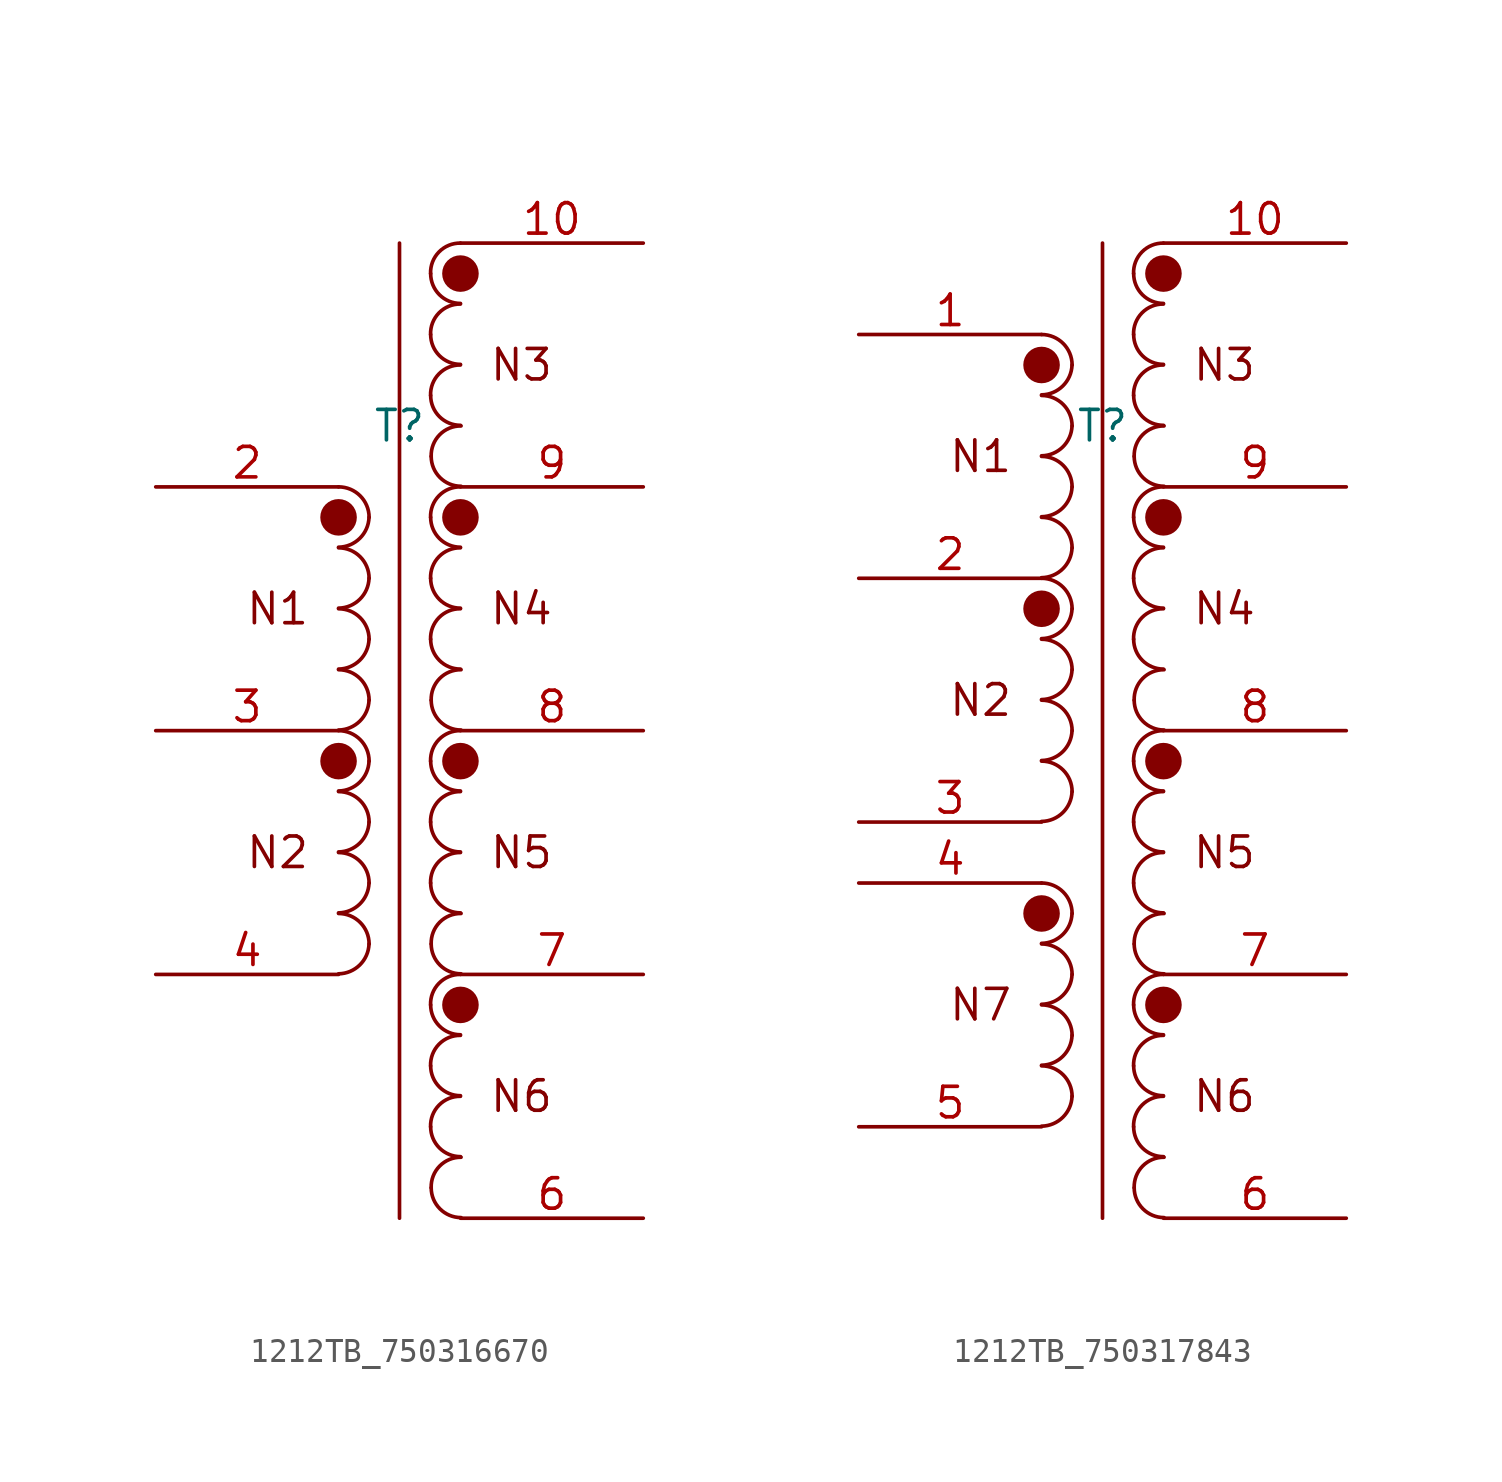
<source format=kicad_sym>
(kicad_symbol_lib
  (version 20220914)
  (generator kicad_symbol_editor)
  (symbol "1212TB_750316670"
    (pin_names hide)
    (property "Reference" "T"
      (at 0 12.7 0)
      (effects (font (size 1.27 1.27))))
    (symbol "1212TB_750316670_0_1"
      (arc (start -2.54 -10.1346) (mid -1.6561 -9.7663) (end -1.27 -8.89) (stroke (width 0) (type default)) (fill (type none)))
      (arc (start -2.54 -7.5946) (mid -1.6561 -7.2263) (end -1.27 -6.35) (stroke (width 0) (type default)) (fill (type none)))
      (arc (start -2.54 -5.0546) (mid -1.6561 -4.6863) (end -1.27 -3.81) (stroke (width 0) (type default)) (fill (type none)))
      (arc (start -2.54 -2.5146) (mid -1.6561 -2.1463) (end -1.27 -1.27) (stroke (width 0) (type default)) (fill (type none)))
      (arc (start -2.54 0.0254) (mid -1.6561 0.3937) (end -1.27 1.27) (stroke (width 0) (type default)) (fill (type none)))
      (arc (start -2.54 2.5654) (mid -1.6561 2.9337) (end -1.27 3.81) (stroke (width 0) (type default)) (fill (type none)))
      (arc (start -2.54 5.1054) (mid -1.6561 5.4737) (end -1.27 6.35) (stroke (width 0) (type default)) (fill (type none)))
      (arc (start -2.54 7.6454) (mid -1.6561 8.0137) (end -1.27 8.89) (stroke (width 0) (type default)) (fill (type none)))
      (arc (start -1.27 -8.89) (mid -1.642 -7.992) (end -2.54 -7.62) (stroke (width 0) (type default)) (fill (type none)))
      (arc (start -1.27 -6.35) (mid -1.642 -5.452) (end -2.54 -5.08) (stroke (width 0) (type default)) (fill (type none)))
      (arc (start -1.27 -3.81) (mid -1.642 -2.912) (end -2.54 -2.54) (stroke (width 0) (type default)) (fill (type none)))
      (arc (start -1.27 -1.27) (mid -1.642 -0.372) (end -2.54 0) (stroke (width 0) (type default)) (fill (type none)))
      (arc (start -1.27 1.27) (mid -1.642 2.168) (end -2.54 2.54) (stroke (width 0) (type default)) (fill (type none)))
      (arc (start -1.27 3.81) (mid -1.642 4.708) (end -2.54 5.08) (stroke (width 0) (type default)) (fill (type none)))
      (arc (start -1.27 6.35) (mid -1.642 7.248) (end -2.54 7.62) (stroke (width 0) (type default)) (fill (type none)))
      (arc (start -1.27 8.89) (mid -1.642 9.788) (end -2.54 10.16) (stroke (width 0) (type default)) (fill (type none)))
      (polyline (pts (xy 0 20.32) (xy 0 -20.32)) (stroke (width 0) (type default)) (fill (type none)))
      (arc (start 1.2954 -16.51) (mid 1.6599 -17.3901) (end 2.54 -17.7546) (stroke (width 0) (type default)) (fill (type none)))
      (arc (start 1.2954 -13.97) (mid 1.6599 -14.8501) (end 2.54 -15.2146) (stroke (width 0) (type default)) (fill (type none)))
      (arc (start 1.2954 -11.43) (mid 1.6599 -12.3101) (end 2.54 -12.6746) (stroke (width 0) (type default)) (fill (type none)))
      (arc (start 1.2954 -6.35) (mid 1.6599 -7.2301) (end 2.54 -7.5946) (stroke (width 0) (type default)) (fill (type none)))
      (arc (start 1.2954 -3.81) (mid 1.6599 -4.6901) (end 2.54 -5.0546) (stroke (width 0) (type default)) (fill (type none)))
      (arc (start 1.2954 -1.27) (mid 1.6599 -2.1501) (end 2.54 -2.5146) (stroke (width 0) (type default)) (fill (type none)))
      (arc (start 1.2954 3.81) (mid 1.6599 2.9299) (end 2.54 2.5654) (stroke (width 0) (type default)) (fill (type none)))
      (arc (start 1.2954 6.35) (mid 1.6599 5.4699) (end 2.54 5.1054) (stroke (width 0) (type default)) (fill (type none)))
      (arc (start 1.2954 8.89) (mid 1.6599 8.0099) (end 2.54 7.6454) (stroke (width 0) (type default)) (fill (type none)))
      (arc (start 1.2954 13.97) (mid 1.6599 13.0899) (end 2.54 12.7254) (stroke (width 0) (type default)) (fill (type none)))
      (arc (start 1.2954 16.51) (mid 1.6599 15.6299) (end 2.54 15.2654) (stroke (width 0) (type default)) (fill (type none)))
      (arc (start 1.2954 19.05) (mid 1.6599 18.1699) (end 2.54 17.8054) (stroke (width 0) (type default)) (fill (type none)))
      (arc (start 1.3208 -19.05) (mid 1.6855 -19.9299) (end 2.5654 -20.2946) (stroke (width 0) (type default)) (fill (type none)))
      (arc (start 1.3208 -8.89) (mid 1.6855 -9.7699) (end 2.5654 -10.1346) (stroke (width 0) (type default)) (fill (type none)))
      (arc (start 1.3208 1.27) (mid 1.6854 0.3901) (end 2.5654 0.0254) (stroke (width 0) (type default)) (fill (type none)))
      (arc (start 1.3208 11.43) (mid 1.6855 10.5501) (end 2.5654 10.1854) (stroke (width 0) (type default)) (fill (type none)))
      (arc (start 2.54 -15.24) (mid 1.6458 -15.6085) (end 1.2954 -16.51) (stroke (width 0) (type default)) (fill (type none)))
      (arc (start 2.54 -12.7) (mid 1.6458 -13.0685) (end 1.2954 -13.97) (stroke (width 0) (type default)) (fill (type none)))
      (arc (start 2.54 -10.16) (mid 1.6458 -10.5285) (end 1.2954 -11.43) (stroke (width 0) (type default)) (fill (type none)))
      (arc (start 2.54 -5.08) (mid 1.6458 -5.4485) (end 1.2954 -6.35) (stroke (width 0) (type default)) (fill (type none)))
      (arc (start 2.54 -2.54) (mid 1.6458 -2.9085) (end 1.2954 -3.81) (stroke (width 0) (type default)) (fill (type none)))
      (arc (start 2.54 0) (mid 1.6458 -0.3685) (end 1.2954 -1.27) (stroke (width 0) (type default)) (fill (type none)))
      (arc (start 2.54 5.08) (mid 1.6458 4.7115) (end 1.2954 3.81) (stroke (width 0) (type default)) (fill (type none)))
      (arc (start 2.54 7.62) (mid 1.6458 7.2515) (end 1.2954 6.35) (stroke (width 0) (type default)) (fill (type none)))
      (arc (start 2.54 10.16) (mid 1.6458 9.7915) (end 1.2954 8.89) (stroke (width 0) (type default)) (fill (type none)))
      (arc (start 2.54 15.24) (mid 1.6458 14.8715) (end 1.2954 13.97) (stroke (width 0) (type default)) (fill (type none)))
      (arc (start 2.54 17.78) (mid 1.6458 17.4115) (end 1.2954 16.51) (stroke (width 0) (type default)) (fill (type none)))
      (arc (start 2.54 20.32) (mid 1.6458 19.9515) (end 1.2954 19.05) (stroke (width 0) (type default)) (fill (type none)))
      (arc (start 2.5654 -17.78) (mid 1.6709 -18.1483) (end 1.3208 -19.05) (stroke (width 0) (type default)) (fill (type none)))
      (arc (start 2.5654 -7.62) (mid 1.6709 -7.9883) (end 1.3208 -8.89) (stroke (width 0) (type default)) (fill (type none)))
      (arc (start 2.5654 2.54) (mid 1.6709 2.1717) (end 1.3208 1.27) (stroke (width 0) (type default)) (fill (type none)))
      (arc (start 2.5654 12.7) (mid 1.6709 12.3317) (end 1.3208 11.43) (stroke (width 0) (type default)) (fill (type none))))
    (symbol "1212TB_750316670_1_1"
      (circle (center -2.54 -1.27) (radius 0.0001) (stroke (width 0.762) (type default)) (fill (type none)))
      (circle (center -2.54 8.89) (radius 0.0001) (stroke (width 0.762) (type default)) (fill (type none)))
      (circle (center 2.54 -11.43) (radius 0.0001) (stroke (width 0.762) (type default)) (fill (type none)))
      (circle (center 2.54 -1.27) (radius 0.0001) (stroke (width 0.762) (type default)) (fill (type none)))
      (circle (center 2.54 8.89) (radius 0.0001) (stroke (width 0.762) (type default)) (fill (type none)))
      (circle (center 2.54 19.05) (radius 0.0001) (stroke (width 0.762) (type default)) (fill (type none)))
      (text "N1" (at -5.08 5.08 0) (effects (font (size 1.27 1.27))))
      (text "N2" (at -5.08 -5.08 0) (effects (font (size 1.27 1.27))))
      (text "N3" (at 5.08 15.24 0) (effects (font (size 1.27 1.27))))
      (text "N4" (at 5.08 5.08 0) (effects (font (size 1.27 1.27))))
      (text "N5" (at 5.08 -5.08 0) (effects (font (size 1.27 1.27))))
      (text "N6" (at 5.08 -15.24 0) (effects (font (size 1.27 1.27))))
      (pin passive line (at 10.16 20.32 180) (length 7.62) (name "10" (effects (font (size 1.27 1.27)))) (number "10" (effects (font (size 1.27 1.27)))))
      (pin passive line (at -10.16 10.16 0) (length 7.62) (name "2" (effects (font (size 1.27 1.27)))) (number "2" (effects (font (size 1.27 1.27)))))
      (pin passive line (at -10.16 0 0) (length 7.62) (name "3" (effects (font (size 1.27 1.27)))) (number "3" (effects (font (size 1.27 1.27)))))
      (pin passive line (at -10.16 -10.16 0) (length 7.62) (name "4" (effects (font (size 1.27 1.27)))) (number "4" (effects (font (size 1.27 1.27)))))
      (pin passive line (at 10.16 -20.32 180) (length 7.62) (name "6" (effects (font (size 1.27 1.27)))) (number "6" (effects (font (size 1.27 1.27)))))
      (pin passive line (at 10.16 -10.16 180) (length 7.62) (name "7" (effects (font (size 1.27 1.27)))) (number "7" (effects (font (size 1.27 1.27)))))
      (pin passive line (at 10.16 0 180) (length 7.62) (name "8" (effects (font (size 1.27 1.27)))) (number "8" (effects (font (size 1.27 1.27)))))
      (pin passive line (at 10.16 10.16 180) (length 7.62) (name "9" (effects (font (size 1.27 1.27)))) (number "9" (effects (font (size 1.27 1.27)))))))
  (symbol "1212TB_750317843"
    (pin_names hide)
    (property "Reference" "T"
      (at 0 12.7 0)
      (effects (font (size 1.27 1.27))))
    (symbol "1212TB_750317843_0_1"
      (arc (start -2.54 -16.4846) (mid -1.6561 -16.1163) (end -1.27 -15.24) (stroke (width 0) (type default)) (fill (type none)))
      (arc (start -2.54 -13.9446) (mid -1.6561 -13.5763) (end -1.27 -12.7) (stroke (width 0) (type default)) (fill (type none)))
      (arc (start -2.54 -11.4046) (mid -1.6561 -11.0363) (end -1.27 -10.16) (stroke (width 0) (type default)) (fill (type none)))
      (arc (start -2.54 -8.8646) (mid -1.6561 -8.4963) (end -1.27 -7.62) (stroke (width 0) (type default)) (fill (type none)))
      (arc (start -2.54 -3.7846) (mid -1.6561 -3.4163) (end -1.27 -2.54) (stroke (width 0) (type default)) (fill (type none)))
      (arc (start -2.54 -1.2446) (mid -1.6561 -0.8763) (end -1.27 0) (stroke (width 0) (type default)) (fill (type none)))
      (arc (start -2.54 1.2954) (mid -1.6561 1.6637) (end -1.27 2.54) (stroke (width 0) (type default)) (fill (type none)))
      (arc (start -2.54 3.8354) (mid -1.6561 4.2037) (end -1.27 5.08) (stroke (width 0) (type default)) (fill (type none)))
      (arc (start -2.54 6.3754) (mid -1.6561 6.7437) (end -1.27 7.62) (stroke (width 0) (type default)) (fill (type none)))
      (arc (start -2.54 8.9154) (mid -1.6561 9.2837) (end -1.27 10.16) (stroke (width 0) (type default)) (fill (type none)))
      (arc (start -2.54 11.4554) (mid -1.6561 11.8237) (end -1.27 12.7) (stroke (width 0) (type default)) (fill (type none)))
      (arc (start -2.54 13.9954) (mid -1.6561 14.3637) (end -1.27 15.24) (stroke (width 0) (type default)) (fill (type none)))
      (arc (start -1.27 -15.24) (mid -1.642 -14.342) (end -2.54 -13.97) (stroke (width 0) (type default)) (fill (type none)))
      (arc (start -1.27 -12.7) (mid -1.642 -11.802) (end -2.54 -11.43) (stroke (width 0) (type default)) (fill (type none)))
      (arc (start -1.27 -10.16) (mid -1.642 -9.262) (end -2.54 -8.89) (stroke (width 0) (type default)) (fill (type none)))
      (arc (start -1.27 -7.62) (mid -1.642 -6.722) (end -2.54 -6.35) (stroke (width 0) (type default)) (fill (type none)))
      (arc (start -1.27 -2.54) (mid -1.642 -1.642) (end -2.54 -1.27) (stroke (width 0) (type default)) (fill (type none)))
      (arc (start -1.27 0) (mid -1.642 0.898) (end -2.54 1.27) (stroke (width 0) (type default)) (fill (type none)))
      (arc (start -1.27 2.54) (mid -1.642 3.438) (end -2.54 3.81) (stroke (width 0) (type default)) (fill (type none)))
      (arc (start -1.27 5.08) (mid -1.642 5.978) (end -2.54 6.35) (stroke (width 0) (type default)) (fill (type none)))
      (arc (start -1.27 7.62) (mid -1.642 8.518) (end -2.54 8.89) (stroke (width 0) (type default)) (fill (type none)))
      (arc (start -1.27 10.16) (mid -1.642 11.058) (end -2.54 11.43) (stroke (width 0) (type default)) (fill (type none)))
      (arc (start -1.27 12.7) (mid -1.642 13.598) (end -2.54 13.97) (stroke (width 0) (type default)) (fill (type none)))
      (arc (start -1.27 15.24) (mid -1.642 16.138) (end -2.54 16.51) (stroke (width 0) (type default)) (fill (type none)))
      (polyline (pts (xy 0 20.32) (xy 0 -20.32)) (stroke (width 0) (type default)) (fill (type none)))
      (arc (start 1.2954 -16.51) (mid 1.6599 -17.3901) (end 2.54 -17.7546) (stroke (width 0) (type default)) (fill (type none)))
      (arc (start 1.2954 -13.97) (mid 1.6599 -14.8501) (end 2.54 -15.2146) (stroke (width 0) (type default)) (fill (type none)))
      (arc (start 1.2954 -11.43) (mid 1.6599 -12.3101) (end 2.54 -12.6746) (stroke (width 0) (type default)) (fill (type none)))
      (arc (start 1.2954 -6.35) (mid 1.6599 -7.2301) (end 2.54 -7.5946) (stroke (width 0) (type default)) (fill (type none)))
      (arc (start 1.2954 -3.81) (mid 1.6599 -4.6901) (end 2.54 -5.0546) (stroke (width 0) (type default)) (fill (type none)))
      (arc (start 1.2954 -1.27) (mid 1.6599 -2.1501) (end 2.54 -2.5146) (stroke (width 0) (type default)) (fill (type none)))
      (arc (start 1.2954 3.81) (mid 1.6599 2.9299) (end 2.54 2.5654) (stroke (width 0) (type default)) (fill (type none)))
      (arc (start 1.2954 6.35) (mid 1.6599 5.4699) (end 2.54 5.1054) (stroke (width 0) (type default)) (fill (type none)))
      (arc (start 1.2954 8.89) (mid 1.6599 8.0099) (end 2.54 7.6454) (stroke (width 0) (type default)) (fill (type none)))
      (arc (start 1.2954 13.97) (mid 1.6599 13.0899) (end 2.54 12.7254) (stroke (width 0) (type default)) (fill (type none)))
      (arc (start 1.2954 16.51) (mid 1.6599 15.6299) (end 2.54 15.2654) (stroke (width 0) (type default)) (fill (type none)))
      (arc (start 1.2954 19.05) (mid 1.6599 18.1699) (end 2.54 17.8054) (stroke (width 0) (type default)) (fill (type none)))
      (arc (start 1.3208 -19.05) (mid 1.6855 -19.9299) (end 2.5654 -20.2946) (stroke (width 0) (type default)) (fill (type none)))
      (arc (start 1.3208 -8.89) (mid 1.6855 -9.7699) (end 2.5654 -10.1346) (stroke (width 0) (type default)) (fill (type none)))
      (arc (start 1.3208 1.27) (mid 1.6854 0.3901) (end 2.5654 0.0254) (stroke (width 0) (type default)) (fill (type none)))
      (arc (start 1.3208 11.43) (mid 1.6855 10.5501) (end 2.5654 10.1854) (stroke (width 0) (type default)) (fill (type none)))
      (arc (start 2.54 -15.24) (mid 1.6458 -15.6085) (end 1.2954 -16.51) (stroke (width 0) (type default)) (fill (type none)))
      (arc (start 2.54 -12.7) (mid 1.6458 -13.0685) (end 1.2954 -13.97) (stroke (width 0) (type default)) (fill (type none)))
      (arc (start 2.54 -10.16) (mid 1.6458 -10.5285) (end 1.2954 -11.43) (stroke (width 0) (type default)) (fill (type none)))
      (arc (start 2.54 -5.08) (mid 1.6458 -5.4485) (end 1.2954 -6.35) (stroke (width 0) (type default)) (fill (type none)))
      (arc (start 2.54 -2.54) (mid 1.6458 -2.9085) (end 1.2954 -3.81) (stroke (width 0) (type default)) (fill (type none)))
      (arc (start 2.54 0) (mid 1.6458 -0.3685) (end 1.2954 -1.27) (stroke (width 0) (type default)) (fill (type none)))
      (arc (start 2.54 5.08) (mid 1.6458 4.7115) (end 1.2954 3.81) (stroke (width 0) (type default)) (fill (type none)))
      (arc (start 2.54 7.62) (mid 1.6458 7.2515) (end 1.2954 6.35) (stroke (width 0) (type default)) (fill (type none)))
      (arc (start 2.54 10.16) (mid 1.6458 9.7915) (end 1.2954 8.89) (stroke (width 0) (type default)) (fill (type none)))
      (arc (start 2.54 15.24) (mid 1.6458 14.8715) (end 1.2954 13.97) (stroke (width 0) (type default)) (fill (type none)))
      (arc (start 2.54 17.78) (mid 1.6458 17.4115) (end 1.2954 16.51) (stroke (width 0) (type default)) (fill (type none)))
      (arc (start 2.54 20.32) (mid 1.6458 19.9515) (end 1.2954 19.05) (stroke (width 0) (type default)) (fill (type none)))
      (arc (start 2.5654 -17.78) (mid 1.6709 -18.1483) (end 1.3208 -19.05) (stroke (width 0) (type default)) (fill (type none)))
      (arc (start 2.5654 -7.62) (mid 1.6709 -7.9883) (end 1.3208 -8.89) (stroke (width 0) (type default)) (fill (type none)))
      (arc (start 2.5654 2.54) (mid 1.6709 2.1717) (end 1.3208 1.27) (stroke (width 0) (type default)) (fill (type none)))
      (arc (start 2.5654 12.7) (mid 1.6709 12.3317) (end 1.3208 11.43) (stroke (width 0) (type default)) (fill (type none))))
    (symbol "1212TB_750317843_1_1"
      (circle (center -2.54 -7.62) (radius 0.0001) (stroke (width 0.762) (type default)) (fill (type none)))
      (circle (center -2.54 5.08) (radius 0.0001) (stroke (width 0.762) (type default)) (fill (type none)))
      (circle (center -2.54 15.24) (radius 0.0001) (stroke (width 0.762) (type default)) (fill (type none)))
      (circle (center 2.54 -11.43) (radius 0.0001) (stroke (width 0.762) (type default)) (fill (type none)))
      (circle (center 2.54 -1.27) (radius 0.0001) (stroke (width 0.762) (type default)) (fill (type none)))
      (circle (center 2.54 8.89) (radius 0.0001) (stroke (width 0.762) (type default)) (fill (type none)))
      (circle (center 2.54 19.05) (radius 0.0001) (stroke (width 0.762) (type default)) (fill (type none)))
      (text "N1" (at -5.08 11.43 0) (effects (font (size 1.27 1.27))))
      (text "N2" (at -5.08 1.27 0) (effects (font (size 1.27 1.27))))
      (text "N3" (at 5.08 15.24 0) (effects (font (size 1.27 1.27))))
      (text "N4" (at 5.08 5.08 0) (effects (font (size 1.27 1.27))))
      (text "N5" (at 5.08 -5.08 0) (effects (font (size 1.27 1.27))))
      (text "N6" (at 5.08 -15.24 0) (effects (font (size 1.27 1.27))))
      (text "N7" (at -5.08 -11.43 0) (effects (font (size 1.27 1.27))))
      (pin passive line (at -10.16 16.51 0) (length 7.62) (name "1" (effects (font (size 1.27 1.27)))) (number "1" (effects (font (size 1.27 1.27)))))
      (pin passive line (at 10.16 20.32 180) (length 7.62) (name "10" (effects (font (size 1.27 1.27)))) (number "10" (effects (font (size 1.27 1.27)))))
      (pin passive line (at -10.16 6.35 0) (length 7.62) (name "2" (effects (font (size 1.27 1.27)))) (number "2" (effects (font (size 1.27 1.27)))))
      (pin passive line (at -10.16 -3.81 0) (length 7.62) (name "3" (effects (font (size 1.27 1.27)))) (number "3" (effects (font (size 1.27 1.27)))))
      (pin passive line (at -10.16 -6.35 0) (length 7.62) (name "4" (effects (font (size 1.27 1.27)))) (number "4" (effects (font (size 1.27 1.27)))))
      (pin passive line (at -10.16 -16.51 0) (length 7.62) (name "5" (effects (font (size 1.27 1.27)))) (number "5" (effects (font (size 1.27 1.27)))))
      (pin passive line (at 10.16 -20.32 180) (length 7.62) (name "6" (effects (font (size 1.27 1.27)))) (number "6" (effects (font (size 1.27 1.27)))))
      (pin passive line (at 10.16 -10.16 180) (length 7.62) (name "7" (effects (font (size 1.27 1.27)))) (number "7" (effects (font (size 1.27 1.27)))))
      (pin passive line (at 10.16 0 180) (length 7.62) (name "8" (effects (font (size 1.27 1.27)))) (number "8" (effects (font (size 1.27 1.27)))))
      (pin passive line (at 10.16 10.16 180) (length 7.62) (name "9" (effects (font (size 1.27 1.27)))) (number "9" (effects (font (size 1.27 1.27))))))))
</source>
